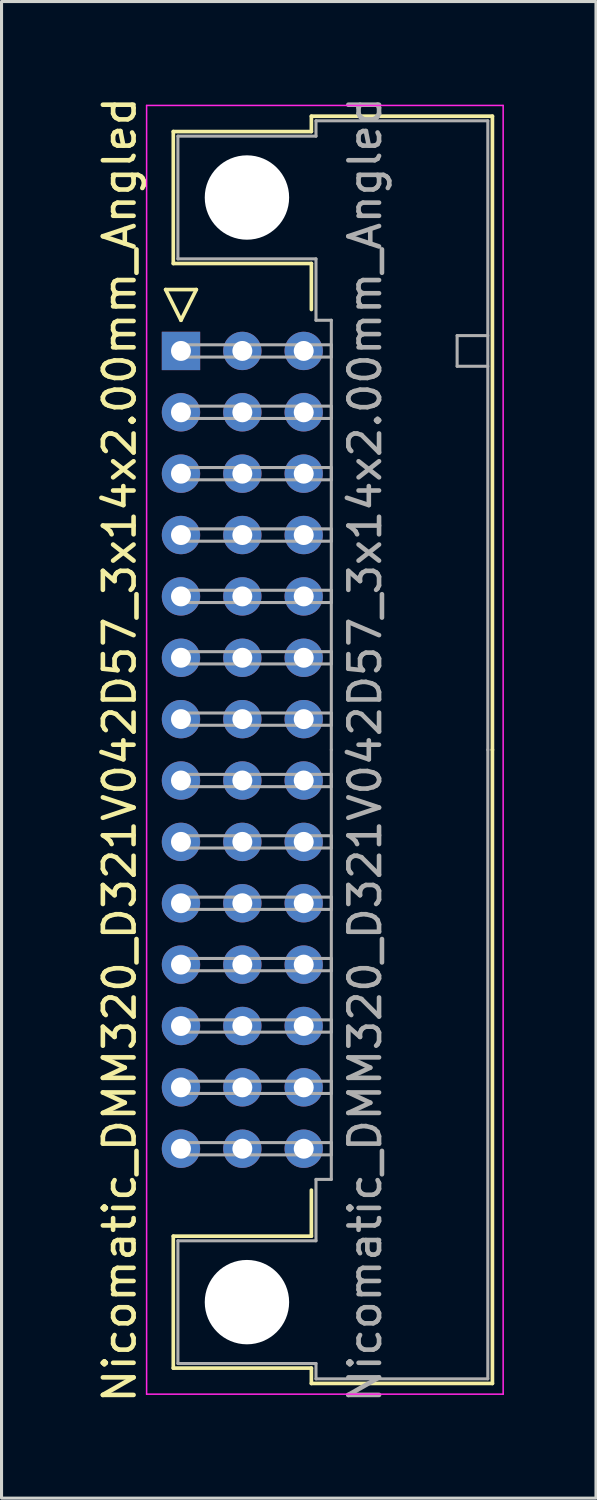
<source format=kicad_pcb>
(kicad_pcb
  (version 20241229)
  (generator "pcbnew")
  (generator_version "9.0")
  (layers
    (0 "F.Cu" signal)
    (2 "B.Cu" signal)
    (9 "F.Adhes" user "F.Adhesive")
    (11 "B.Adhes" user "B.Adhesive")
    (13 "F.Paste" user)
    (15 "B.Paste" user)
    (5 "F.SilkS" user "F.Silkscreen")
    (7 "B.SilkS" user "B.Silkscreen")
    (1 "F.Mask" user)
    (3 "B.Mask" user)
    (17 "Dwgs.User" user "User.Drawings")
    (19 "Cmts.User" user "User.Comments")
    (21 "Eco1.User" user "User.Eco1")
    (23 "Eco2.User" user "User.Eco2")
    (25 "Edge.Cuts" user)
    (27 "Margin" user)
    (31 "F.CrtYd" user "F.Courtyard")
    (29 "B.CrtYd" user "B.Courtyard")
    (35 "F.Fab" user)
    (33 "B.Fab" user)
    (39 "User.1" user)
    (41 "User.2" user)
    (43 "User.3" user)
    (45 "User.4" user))
  (footprint "Nicomatic_DMM320_D321V042D57_3x14x2.00mm_Angled"
    (layer "F.Cu")
    (at 2.848 8.387)
    (property "Reference" "Nicomatic_DMM320_D321V042D57_3x14x2.00mm_Angled" (at -2 13 90) (layer "F.SilkS") (effects (font (size 1 1) (thickness 0.15))))
    (attr through_hole)
    (fp_line (start -0.5 -2) (end 0 -1) (stroke (width 0.12) (type solid)) (layer "F.SilkS"))
    (fp_line (start -0.25 -7.15) (end -0.25 -2.85) (stroke (width 0.12) (type solid)) (layer "F.SilkS"))
    (fp_line (start -0.25 -2.85) (end 4.25 -2.85) (stroke (width 0.12) (type solid)) (layer "F.SilkS"))
    (fp_line (start -0.25 28.85) (end 4.25 28.85) (stroke (width 0.12) (type solid)) (layer "F.SilkS"))
    (fp_line (start -0.25 33.15) (end -0.25 28.85) (stroke (width 0.12) (type solid)) (layer "F.SilkS"))
    (fp_line (start 0 -1) (end 0.5 -2) (stroke (width 0.12) (type solid)) (layer "F.SilkS"))
    (fp_line (start 0.5 -2) (end -0.5 -2) (stroke (width 0.12) (type solid)) (layer "F.SilkS"))
    (fp_line (start 4.25 -7.65) (end 4.25 -7.15) (stroke (width 0.12) (type solid)) (layer "F.SilkS"))
    (fp_line (start 4.25 -7.15) (end -0.25 -7.15) (stroke (width 0.12) (type solid)) (layer "F.SilkS"))
    (fp_line (start 4.25 -2.85) (end 4.25 -1.35) (stroke (width 0.12) (type solid)) (layer "F.SilkS"))
    (fp_line (start 4.25 28.85) (end 4.25 27.35) (stroke (width 0.12) (type solid)) (layer "F.SilkS"))
    (fp_line (start 4.25 33.15) (end -0.25 33.15) (stroke (width 0.12) (type solid)) (layer "F.SilkS"))
    (fp_line (start 4.25 33.65) (end 4.25 33.15) (stroke (width 0.12) (type solid)) (layer "F.SilkS"))
    (fp_line (start 10.15 -7.65) (end 4.25 -7.65) (stroke (width 0.12) (type solid)) (layer "F.SilkS"))
    (fp_line (start 10.15 13) (end 10.15 -7.65) (stroke (width 0.12) (type solid)) (layer "F.SilkS"))
    (fp_line (start 10.15 13) (end 10.15 33.65) (stroke (width 0.12) (type solid)) (layer "F.SilkS"))
    (fp_line (start 10.15 33.65) (end 4.25 33.65) (stroke (width 0.12) (type solid)) (layer "F.SilkS"))
    (fp_line (start -1.12 -8) (end -1.12 34) (stroke (width 0.05) (type solid)) (layer "F.CrtYd"))
    (fp_line (start -1.12 34) (end 10.5 34) (stroke (width 0.05) (type solid)) (layer "F.CrtYd"))
    (fp_line (start 10.5 -8) (end -1.12 -8) (stroke (width 0.05) (type solid)) (layer "F.CrtYd"))
    (fp_line (start 10.5 34) (end 10.5 -8) (stroke (width 0.05) (type solid)) (layer "F.CrtYd"))
    (fp_line (start -0.1 -7) (end -0.1 -3) (stroke (width 0.1) (type solid)) (layer "F.Fab"))
    (fp_line (start -0.1 -3) (end 4.4 -3) (stroke (width 0.1) (type solid)) (layer "F.Fab"))
    (fp_line (start -0.1 29) (end 4.4 29) (stroke (width 0.1) (type solid)) (layer "F.Fab"))
    (fp_line (start -0.1 33) (end -0.1 29) (stroke (width 0.1) (type solid)) (layer "F.Fab"))
    (fp_line (start 0 -0.2) (end 0 0.2) (stroke (width 0.1) (type solid)) (layer "F.Fab"))
    (fp_line (start 0 0.2) (end 4.9 0.2) (stroke (width 0.1) (type solid)) (layer "F.Fab"))
    (fp_line (start 0 1.8) (end 0 2.2) (stroke (width 0.1) (type solid)) (layer "F.Fab"))
    (fp_line (start 0 2.2) (end 4.9 2.2) (stroke (width 0.1) (type solid)) (layer "F.Fab"))
    (fp_line (start 0 3.8) (end 0 4.2) (stroke (width 0.1) (type solid)) (layer "F.Fab"))
    (fp_line (start 0 4.2) (end 4.9 4.2) (stroke (width 0.1) (type solid)) (layer "F.Fab"))
    (fp_line (start 0 5.8) (end 0 6.2) (stroke (width 0.1) (type solid)) (layer "F.Fab"))
    (fp_line (start 0 6.2) (end 4.9 6.2) (stroke (width 0.1) (type solid)) (layer "F.Fab"))
    (fp_line (start 0 7.8) (end 0 8.2) (stroke (width 0.1) (type solid)) (layer "F.Fab"))
    (fp_line (start 0 8.2) (end 4.9 8.2) (stroke (width 0.1) (type solid)) (layer "F.Fab"))
    (fp_line (start 0 9.8) (end 0 10.2) (stroke (width 0.1) (type solid)) (layer "F.Fab"))
    (fp_line (start 0 10.2) (end 4.9 10.2) (stroke (width 0.1) (type solid)) (layer "F.Fab"))
    (fp_line (start 0 11.8) (end 0 12.2) (stroke (width 0.1) (type solid)) (layer "F.Fab"))
    (fp_line (start 0 12.2) (end 4.9 12.2) (stroke (width 0.1) (type solid)) (layer "F.Fab"))
    (fp_line (start 0 13.8) (end 0 14.2) (stroke (width 0.1) (type solid)) (layer "F.Fab"))
    (fp_line (start 0 14.2) (end 4.9 14.2) (stroke (width 0.1) (type solid)) (layer "F.Fab"))
    (fp_line (start 0 15.8) (end 0 16.2) (stroke (width 0.1) (type solid)) (layer "F.Fab"))
    (fp_line (start 0 16.2) (end 4.9 16.2) (stroke (width 0.1) (type solid)) (layer "F.Fab"))
    (fp_line (start 0 17.8) (end 0 18.2) (stroke (width 0.1) (type solid)) (layer "F.Fab"))
    (fp_line (start 0 18.2) (end 4.9 18.2) (stroke (width 0.1) (type solid)) (layer "F.Fab"))
    (fp_line (start 0 19.8) (end 0 20.2) (stroke (width 0.1) (type solid)) (layer "F.Fab"))
    (fp_line (start 0 20.2) (end 4.9 20.2) (stroke (width 0.1) (type solid)) (layer "F.Fab"))
    (fp_line (start 0 21.8) (end 0 22.2) (stroke (width 0.1) (type solid)) (layer "F.Fab"))
    (fp_line (start 0 22.2) (end 4.9 22.2) (stroke (width 0.1) (type solid)) (layer "F.Fab"))
    (fp_line (start 0 23.8) (end 0 24.2) (stroke (width 0.1) (type solid)) (layer "F.Fab"))
    (fp_line (start 0 24.2) (end 4.9 24.2) (stroke (width 0.1) (type solid)) (layer "F.Fab"))
    (fp_line (start 0 25.8) (end 0 26.2) (stroke (width 0.1) (type solid)) (layer "F.Fab"))
    (fp_line (start 0 26.2) (end 4.9 26.2) (stroke (width 0.1) (type solid)) (layer "F.Fab"))
    (fp_line (start 4.4 -7.5) (end 4.4 -7) (stroke (width 0.1) (type solid)) (layer "F.Fab"))
    (fp_line (start 4.4 -7) (end -0.1 -7) (stroke (width 0.1) (type solid)) (layer "F.Fab"))
    (fp_line (start 4.4 -3) (end 4.4 -1) (stroke (width 0.1) (type solid)) (layer "F.Fab"))
    (fp_line (start 4.4 -1) (end 4.9 -1) (stroke (width 0.1) (type solid)) (layer "F.Fab"))
    (fp_line (start 4.4 27) (end 4.9 27) (stroke (width 0.1) (type solid)) (layer "F.Fab"))
    (fp_line (start 4.4 29) (end 4.4 27) (stroke (width 0.1) (type solid)) (layer "F.Fab"))
    (fp_line (start 4.4 33) (end -0.1 33) (stroke (width 0.1) (type solid)) (layer "F.Fab"))
    (fp_line (start 4.4 33.5) (end 4.4 33) (stroke (width 0.1) (type solid)) (layer "F.Fab"))
    (fp_line (start 4.9 -1) (end 4.9 13) (stroke (width 0.1) (type solid)) (layer "F.Fab"))
    (fp_line (start 4.9 -0.2) (end 0 -0.2) (stroke (width 0.1) (type solid)) (layer "F.Fab"))
    (fp_line (start 4.9 0.2) (end 4.9 -0.2) (stroke (width 0.1) (type solid)) (layer "F.Fab"))
    (fp_line (start 4.9 1.8) (end 0 1.8) (stroke (width 0.1) (type solid)) (layer "F.Fab"))
    (fp_line (start 4.9 2.2) (end 4.9 1.8) (stroke (width 0.1) (type solid)) (layer "F.Fab"))
    (fp_line (start 4.9 3.8) (end 0 3.8) (stroke (width 0.1) (type solid)) (layer "F.Fab"))
    (fp_line (start 4.9 4.2) (end 4.9 3.8) (stroke (width 0.1) (type solid)) (layer "F.Fab"))
    (fp_line (start 4.9 5.8) (end 0 5.8) (stroke (width 0.1) (type solid)) (layer "F.Fab"))
    (fp_line (start 4.9 6.2) (end 4.9 5.8) (stroke (width 0.1) (type solid)) (layer "F.Fab"))
    (fp_line (start 4.9 7.8) (end 0 7.8) (stroke (width 0.1) (type solid)) (layer "F.Fab"))
    (fp_line (start 4.9 8.2) (end 4.9 7.8) (stroke (width 0.1) (type solid)) (layer "F.Fab"))
    (fp_line (start 4.9 9.8) (end 0 9.8) (stroke (width 0.1) (type solid)) (layer "F.Fab"))
    (fp_line (start 4.9 10.2) (end 4.9 9.8) (stroke (width 0.1) (type solid)) (layer "F.Fab"))
    (fp_line (start 4.9 11.8) (end 0 11.8) (stroke (width 0.1) (type solid)) (layer "F.Fab"))
    (fp_line (start 4.9 12.2) (end 4.9 11.8) (stroke (width 0.1) (type solid)) (layer "F.Fab"))
    (fp_line (start 4.9 13.8) (end 0 13.8) (stroke (width 0.1) (type solid)) (layer "F.Fab"))
    (fp_line (start 4.9 14.2) (end 4.9 13.8) (stroke (width 0.1) (type solid)) (layer "F.Fab"))
    (fp_line (start 4.9 15.8) (end 0 15.8) (stroke (width 0.1) (type solid)) (layer "F.Fab"))
    (fp_line (start 4.9 16.2) (end 4.9 15.8) (stroke (width 0.1) (type solid)) (layer "F.Fab"))
    (fp_line (start 4.9 17.8) (end 0 17.8) (stroke (width 0.1) (type solid)) (layer "F.Fab"))
    (fp_line (start 4.9 18.2) (end 4.9 17.8) (stroke (width 0.1) (type solid)) (layer "F.Fab"))
    (fp_line (start 4.9 19.8) (end 0 19.8) (stroke (width 0.1) (type solid)) (layer "F.Fab"))
    (fp_line (start 4.9 20.2) (end 4.9 19.8) (stroke (width 0.1) (type solid)) (layer "F.Fab"))
    (fp_line (start 4.9 21.8) (end 0 21.8) (stroke (width 0.1) (type solid)) (layer "F.Fab"))
    (fp_line (start 4.9 22.2) (end 4.9 21.8) (stroke (width 0.1) (type solid)) (layer "F.Fab"))
    (fp_line (start 4.9 23.8) (end 0 23.8) (stroke (width 0.1) (type solid)) (layer "F.Fab"))
    (fp_line (start 4.9 24.2) (end 4.9 23.8) (stroke (width 0.1) (type solid)) (layer "F.Fab"))
    (fp_line (start 4.9 25.8) (end 0 25.8) (stroke (width 0.1) (type solid)) (layer "F.Fab"))
    (fp_line (start 4.9 26.2) (end 4.9 25.8) (stroke (width 0.1) (type solid)) (layer "F.Fab"))
    (fp_line (start 4.9 27) (end 4.9 13) (stroke (width 0.1) (type solid)) (layer "F.Fab"))
    (fp_line (start 9 -0.5) (end 9 0.5) (stroke (width 0.1) (type solid)) (layer "F.Fab"))
    (fp_line (start 9 0.5) (end 10 0.5) (stroke (width 0.1) (type solid)) (layer "F.Fab"))
    (fp_line (start 10 -7.5) (end 4.4 -7.5) (stroke (width 0.1) (type solid)) (layer "F.Fab"))
    (fp_line (start 10 -0.5) (end 9 -0.5) (stroke (width 0.1) (type solid)) (layer "F.Fab"))
    (fp_line (start 10 13) (end 10 -7.5) (stroke (width 0.1) (type solid)) (layer "F.Fab"))
    (fp_line (start 10 13) (end 10 33.5) (stroke (width 0.1) (type solid)) (layer "F.Fab"))
    (fp_line (start 10 33.5) (end 4.4 33.5) (stroke (width 0.1) (type solid)) (layer "F.Fab"))
    (fp_text user "${REFERENCE}" (at 6 13 90) (layer "F.Fab") (effects (font (size 1 1) (thickness 0.15))))
    (pad "" np_thru_hole circle (at 2.15 -5) (size 2.75 2.75) (drill 2.75) (layers "*.Cu" "*.Mask"))
    (pad "" np_thru_hole circle (at 2.15 31) (size 2.75 2.75) (drill 2.75) (layers "*.Cu" "*.Mask"))
    (pad "1" thru_hole rect (at 0 0) (size 1.25 1.25) (drill 0.65) (layers "*.Cu" "*.Mask"))
    (pad "2" thru_hole oval (at 0 2) (size 1.25 1.25) (drill 0.65) (layers "*.Cu" "*.Mask"))
    (pad "3" thru_hole oval (at 0 4) (size 1.25 1.25) (drill 0.65) (layers "*.Cu" "*.Mask"))
    (pad "4" thru_hole oval (at 0 6) (size 1.25 1.25) (drill 0.65) (layers "*.Cu" "*.Mask"))
    (pad "5" thru_hole oval (at 0 8) (size 1.25 1.25) (drill 0.65) (layers "*.Cu" "*.Mask"))
    (pad "6" thru_hole oval (at 0 10) (size 1.25 1.25) (drill 0.65) (layers "*.Cu" "*.Mask"))
    (pad "7" thru_hole oval (at 0 12) (size 1.25 1.25) (drill 0.65) (layers "*.Cu" "*.Mask"))
    (pad "8" thru_hole oval (at 0 14) (size 1.25 1.25) (drill 0.65) (layers "*.Cu" "*.Mask"))
    (pad "9" thru_hole oval (at 0 16) (size 1.25 1.25) (drill 0.65) (layers "*.Cu" "*.Mask"))
    (pad "10" thru_hole oval (at 0 18) (size 1.25 1.25) (drill 0.65) (layers "*.Cu" "*.Mask"))
    (pad "11" thru_hole oval (at 0 20) (size 1.25 1.25) (drill 0.65) (layers "*.Cu" "*.Mask"))
    (pad "12" thru_hole oval (at 0 22) (size 1.25 1.25) (drill 0.65) (layers "*.Cu" "*.Mask"))
    (pad "13" thru_hole oval (at 0 24) (size 1.25 1.25) (drill 0.65) (layers "*.Cu" "*.Mask"))
    (pad "14" thru_hole oval (at 0 26) (size 1.25 1.25) (drill 0.65) (layers "*.Cu" "*.Mask"))
    (pad "15" thru_hole oval (at 2 0) (size 1.25 1.25) (drill 0.65) (layers "*.Cu" "*.Mask"))
    (pad "16" thru_hole oval (at 2 2) (size 1.25 1.25) (drill 0.65) (layers "*.Cu" "*.Mask"))
    (pad "17" thru_hole oval (at 2 4) (size 1.25 1.25) (drill 0.65) (layers "*.Cu" "*.Mask"))
    (pad "18" thru_hole oval (at 2 6) (size 1.25 1.25) (drill 0.65) (layers "*.Cu" "*.Mask"))
    (pad "19" thru_hole oval (at 2 8) (size 1.25 1.25) (drill 0.65) (layers "*.Cu" "*.Mask"))
    (pad "20" thru_hole oval (at 2 10) (size 1.25 1.25) (drill 0.65) (layers "*.Cu" "*.Mask"))
    (pad "21" thru_hole oval (at 2 12) (size 1.25 1.25) (drill 0.65) (layers "*.Cu" "*.Mask"))
    (pad "22" thru_hole oval (at 2 14) (size 1.25 1.25) (drill 0.65) (layers "*.Cu" "*.Mask"))
    (pad "23" thru_hole oval (at 2 16) (size 1.25 1.25) (drill 0.65) (layers "*.Cu" "*.Mask"))
    (pad "24" thru_hole oval (at 2 18) (size 1.25 1.25) (drill 0.65) (layers "*.Cu" "*.Mask"))
    (pad "25" thru_hole oval (at 2 20) (size 1.25 1.25) (drill 0.65) (layers "*.Cu" "*.Mask"))
    (pad "26" thru_hole oval (at 2 22) (size 1.25 1.25) (drill 0.65) (layers "*.Cu" "*.Mask"))
    (pad "27" thru_hole oval (at 2 24) (size 1.25 1.25) (drill 0.65) (layers "*.Cu" "*.Mask"))
    (pad "28" thru_hole oval (at 2 26) (size 1.25 1.25) (drill 0.65) (layers "*.Cu" "*.Mask"))
    (pad "29" thru_hole oval (at 4 0) (size 1.25 1.25) (drill 0.65) (layers "*.Cu" "*.Mask"))
    (pad "30" thru_hole oval (at 4 2) (size 1.25 1.25) (drill 0.65) (layers "*.Cu" "*.Mask"))
    (pad "31" thru_hole oval (at 4 4) (size 1.25 1.25) (drill 0.65) (layers "*.Cu" "*.Mask"))
    (pad "32" thru_hole oval (at 4 6) (size 1.25 1.25) (drill 0.65) (layers "*.Cu" "*.Mask"))
    (pad "33" thru_hole oval (at 4 8) (size 1.25 1.25) (drill 0.65) (layers "*.Cu" "*.Mask"))
    (pad "34" thru_hole oval (at 4 10) (size 1.25 1.25) (drill 0.65) (layers "*.Cu" "*.Mask"))
    (pad "35" thru_hole oval (at 4 12) (size 1.25 1.25) (drill 0.65) (layers "*.Cu" "*.Mask"))
    (pad "36" thru_hole oval (at 4 14) (size 1.25 1.25) (drill 0.65) (layers "*.Cu" "*.Mask"))
    (pad "37" thru_hole oval (at 4 16) (size 1.25 1.25) (drill 0.65) (layers "*.Cu" "*.Mask"))
    (pad "38" thru_hole oval (at 4 18) (size 1.25 1.25) (drill 0.65) (layers "*.Cu" "*.Mask"))
    (pad "39" thru_hole oval (at 4 20) (size 1.25 1.25) (drill 0.65) (layers "*.Cu" "*.Mask"))
    (pad "40" thru_hole oval (at 4 22) (size 1.25 1.25) (drill 0.65) (layers "*.Cu" "*.Mask"))
    (pad "41" thru_hole oval (at 4 24) (size 1.25 1.25) (drill 0.65) (layers "*.Cu" "*.Mask"))
    (pad "42" thru_hole oval (at 4 26) (size 1.25 1.25) (drill 0.65) (layers "*.Cu" "*.Mask")))
  (gr_rect
    (start -3 -3)
    (end 16.373 45.774)
    (stroke (width 0.1) (type default))
    (fill no)
    (layer "Edge.Cuts")))
</source>
